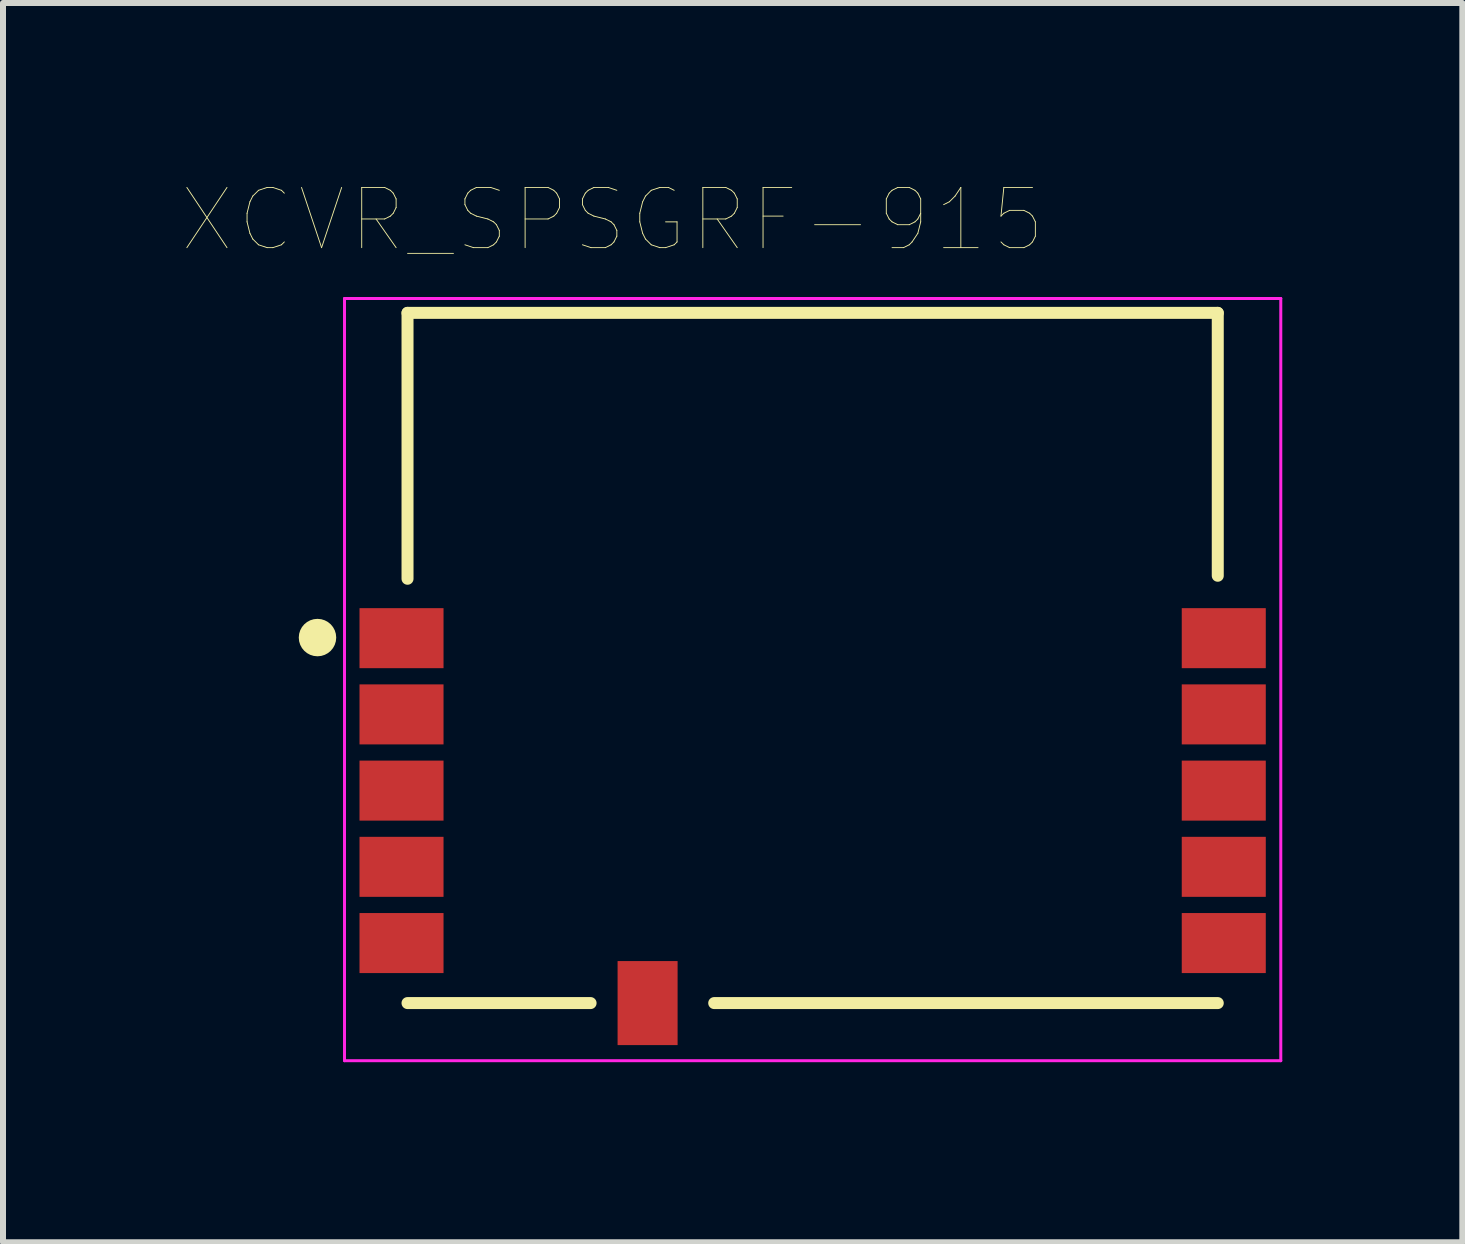
<source format=kicad_pcb>
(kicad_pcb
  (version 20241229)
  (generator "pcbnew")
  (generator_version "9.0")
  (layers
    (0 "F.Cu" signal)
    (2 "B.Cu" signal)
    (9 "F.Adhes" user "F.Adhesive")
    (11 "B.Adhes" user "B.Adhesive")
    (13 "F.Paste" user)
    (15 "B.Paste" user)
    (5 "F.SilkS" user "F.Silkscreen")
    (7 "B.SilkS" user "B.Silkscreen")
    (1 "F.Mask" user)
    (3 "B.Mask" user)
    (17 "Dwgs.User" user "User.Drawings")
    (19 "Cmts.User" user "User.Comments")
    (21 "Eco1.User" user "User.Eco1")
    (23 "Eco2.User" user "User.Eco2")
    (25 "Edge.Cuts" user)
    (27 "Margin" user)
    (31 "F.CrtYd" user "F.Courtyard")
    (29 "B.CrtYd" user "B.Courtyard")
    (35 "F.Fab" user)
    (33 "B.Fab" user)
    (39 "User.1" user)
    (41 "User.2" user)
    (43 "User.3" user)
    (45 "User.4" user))
  (footprint "XCVR_SPSGRF-915"
    (layer "F.Cu")
    (at 10.49 10.123)
    (property "Reference" "XCVR_SPSGRF-915" (at -3.334 -9.51 0) (layer "F.SilkS") (effects (font (size 1.003 1.003) (thickness 0.015))))
    (attr through_hole)
    (fp_line (start -6.75 -7.96) (end 6.75 -7.96) (stroke (width 0.2) (type solid)) (layer "F.SilkS"))
    (fp_line (start -6.75 -3.53) (end -6.75 -7.96) (stroke (width 0.2) (type solid)) (layer "F.SilkS"))
    (fp_line (start -3.7 3.54) (end -6.75 3.54) (stroke (width 0.2) (type solid)) (layer "F.SilkS"))
    (fp_line (start 6.75 -7.96) (end 6.75 -3.58) (stroke (width 0.2) (type solid)) (layer "F.SilkS"))
    (fp_line (start 6.75 3.54) (end -1.64 3.54) (stroke (width 0.2) (type solid)) (layer "F.SilkS"))
    (fp_circle (center -8.25 -2.55) (end -8.038 -2.55) (stroke (width 0.2) (type solid)) (fill no) (layer "F.SilkS"))
    (fp_poly (pts (xy -8.47 -2.7) (xy -8.1 -2.7) (xy -8.1 -2.406) (xy -8.47 -2.406)) (stroke (width 0.01) (type solid)) (fill yes) (layer "F.SilkS"))
    (fp_line (start -7.8 -8.2) (end 7.8 -8.2) (stroke (width 0.05) (type solid)) (layer "F.CrtYd"))
    (fp_line (start -7.8 4.5) (end -7.8 -8.2) (stroke (width 0.05) (type solid)) (layer "F.CrtYd"))
    (fp_line (start 7.8 -8.2) (end 7.8 4.5) (stroke (width 0.05) (type solid)) (layer "F.CrtYd"))
    (fp_line (start 7.8 4.5) (end -7.8 4.5) (stroke (width 0.05) (type solid)) (layer "F.CrtYd"))
    (pad "1" smd rect (at -6.85 -2.54) (size 1.4 1) (layers "F.Cu" "F.Mask" "F.Paste"))
    (pad "2" smd rect (at -6.85 -1.27) (size 1.4 1) (layers "F.Cu" "F.Mask" "F.Paste"))
    (pad "3" smd rect (at -6.85 0) (size 1.4 1) (layers "F.Cu" "F.Mask" "F.Paste"))
    (pad "4" smd rect (at -6.85 1.27) (size 1.4 1) (layers "F.Cu" "F.Mask" "F.Paste"))
    (pad "5" smd rect (at -6.85 2.54) (size 1.4 1) (layers "F.Cu" "F.Mask" "F.Paste"))
    (pad "6" smd rect (at -2.75 3.54) (size 1 1.4) (layers "F.Cu" "F.Mask" "F.Paste"))
    (pad "7" smd rect (at 6.85 2.54) (size 1.4 1) (layers "F.Cu" "F.Mask" "F.Paste"))
    (pad "8" smd rect (at 6.85 1.27) (size 1.4 1) (layers "F.Cu" "F.Mask" "F.Paste"))
    (pad "9" smd rect (at 6.85 0) (size 1.4 1) (layers "F.Cu" "F.Mask" "F.Paste"))
    (pad "10" smd rect (at 6.85 -1.27) (size 1.4 1) (layers "F.Cu" "F.Mask" "F.Paste"))
    (pad "11" smd rect (at 6.85 -2.54) (size 1.4 1) (layers "F.Cu" "F.Mask" "F.Paste")))
  (gr_rect
    (start -3 -3)
    (end 21.315 17.648)
    (stroke (width 0.1) (type default))
    (fill no)
    (layer "Edge.Cuts")))
</source>
